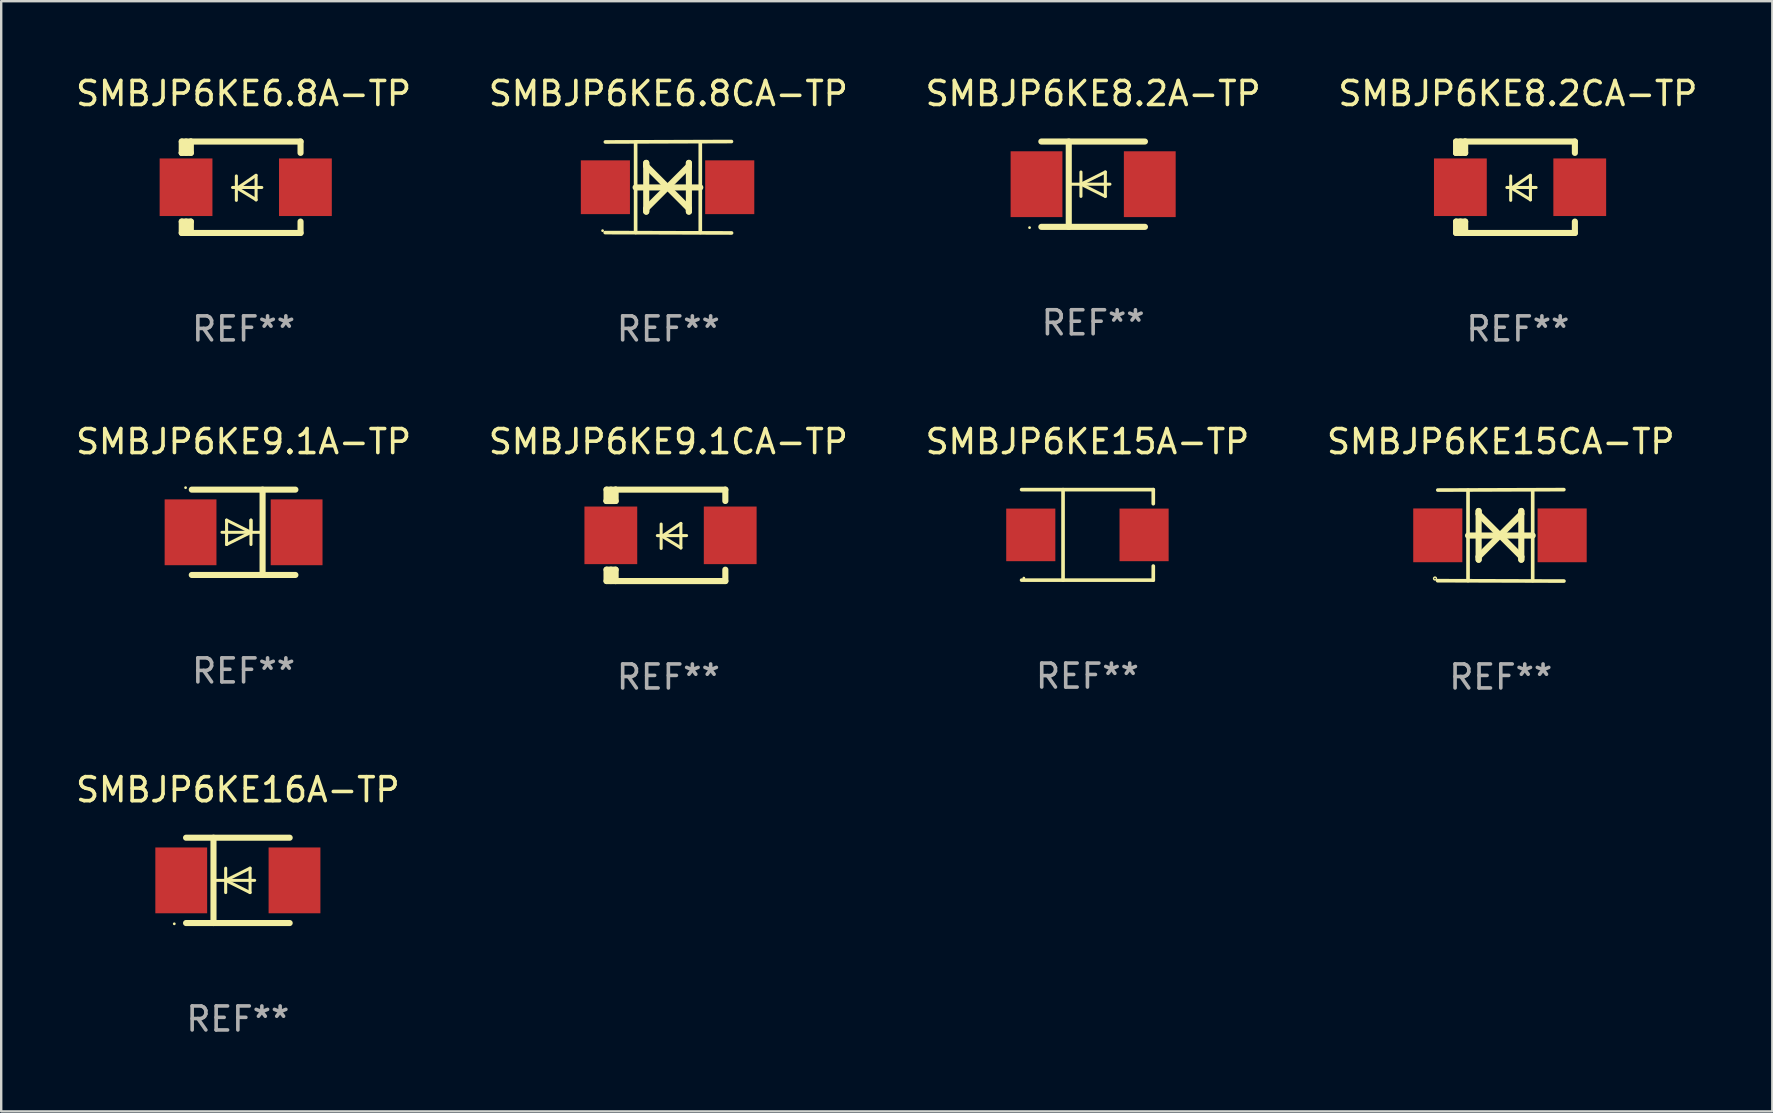
<source format=kicad_pcb>
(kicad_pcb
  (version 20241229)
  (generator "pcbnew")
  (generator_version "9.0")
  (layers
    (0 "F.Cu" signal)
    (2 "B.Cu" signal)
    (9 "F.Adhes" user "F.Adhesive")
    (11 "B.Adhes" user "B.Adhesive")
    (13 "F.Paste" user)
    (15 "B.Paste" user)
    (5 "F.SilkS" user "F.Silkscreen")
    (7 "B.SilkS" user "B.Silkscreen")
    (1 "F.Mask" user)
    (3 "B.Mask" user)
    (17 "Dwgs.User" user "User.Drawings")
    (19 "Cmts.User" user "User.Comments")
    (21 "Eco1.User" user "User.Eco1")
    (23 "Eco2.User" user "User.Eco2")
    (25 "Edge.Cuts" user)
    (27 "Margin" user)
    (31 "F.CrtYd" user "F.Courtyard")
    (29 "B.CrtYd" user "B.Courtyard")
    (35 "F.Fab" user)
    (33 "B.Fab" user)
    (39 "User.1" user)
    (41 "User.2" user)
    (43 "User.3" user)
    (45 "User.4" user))
  (footprint "SMBJP6KE6.8A-TP"
    (layer "F.Cu")
    (at 7.101 4.753)
    (property "Reference" "SMBJP6KE6.8A-TP" (at 0 -3.905 0) (layer "F.SilkS") (effects (font (size 1 1) (thickness 0.15))))
    (attr through_hole)
    (fp_line (start -2.577 -1.905) (end -2.577 -1.431) (stroke (width 0.254) (type solid)) (layer "F.SilkS"))
    (fp_line (start -2.577 1.431) (end -2.577 1.905) (stroke (width 0.254) (type solid)) (layer "F.SilkS"))
    (fp_line (start -2.577 1.431) (end -2.198 1.431) (stroke (width 0.254) (type solid)) (layer "F.SilkS"))
    (fp_line (start -2.577 1.905) (end -2.198 1.905) (stroke (width 0.254) (type solid)) (layer "F.SilkS"))
    (fp_line (start -2.577 -1.431) (end -2.577 -1.431) (stroke (width 0.254) (type solid)) (layer "F.SilkS"))
    (fp_line (start -2.395 -1.431) (end -2.395 -1.905) (stroke (width 0.254) (type solid)) (layer "F.SilkS"))
    (fp_line (start -2.395 1.905) (end -2.395 1.431) (stroke (width 0.254) (type solid)) (layer "F.SilkS"))
    (fp_line (start -2.198 -1.905) (end -2.577 -1.905) (stroke (width 0.254) (type solid)) (layer "F.SilkS"))
    (fp_line (start -2.198 -1.905) (end 2.374 -1.905) (stroke (width 0.254) (type solid)) (layer "F.SilkS"))
    (fp_line (start -2.198 -1.431) (end -2.577 -1.431) (stroke (width 0.254) (type solid)) (layer "F.SilkS"))
    (fp_line (start -2.198 -1.431) (end -2.198 -1.905) (stroke (width 0.254) (type solid)) (layer "F.SilkS"))
    (fp_line (start -2.198 1.905) (end -2.198 1.431) (stroke (width 0.254) (type solid)) (layer "F.SilkS"))
    (fp_line (start -0.46 0.01) (end 0.759 0.01) (stroke (width 0.127) (type solid)) (layer "F.SilkS"))
    (fp_line (start -0.301 -0.47) (end -0.301 0.546) (stroke (width 0.127) (type solid)) (layer "F.SilkS"))
    (fp_line (start -0.262 0.04) (end 0.521 0.52) (stroke (width 0.127) (type solid)) (layer "F.SilkS"))
    (fp_line (start 0.521 -0.5) (end -0.262 0.04) (stroke (width 0.127) (type solid)) (layer "F.SilkS"))
    (fp_line (start 0.521 0.53) (end 0.521 -0.486) (stroke (width 0.127) (type solid)) (layer "F.SilkS"))
    (fp_line (start 2.374 -1.905) (end 2.374 -1.431) (stroke (width 0.254) (type solid)) (layer "F.SilkS"))
    (fp_line (start 2.374 1.431) (end 2.374 1.905) (stroke (width 0.254) (type solid)) (layer "F.SilkS"))
    (fp_line (start 2.374 1.905) (end -2.198 1.905) (stroke (width 0.254) (type solid)) (layer "F.SilkS"))
    (fp_circle (center -2.561 1.8) (end -2.531 1.8) (stroke (width 0.06) (type solid)) (fill no) (layer "F.SilkS"))
    (fp_text user "REF**" (at 0 5.905 0) (layer "F.Fab") (effects (font (size 1 1) (thickness 0.15))))
    (pad "1" smd rect (at -2.398 -0.000025) (size 2.2 2.4) (layers "F.Cu" "F.Mask" "F.Paste"))
    (pad "2" smd rect (at 2.577 -0.000025) (size 2.2 2.4) (layers "F.Cu" "F.Mask" "F.Paste")))
  (footprint "SMBJP6KE8.2CA-TP"
    (layer "F.Cu")
    (at 60.208 4.753)
    (property "Reference" "SMBJP6KE8.2CA-TP" (at 0 -3.905 0) (layer "F.SilkS") (effects (font (size 1 1) (thickness 0.15))))
    (attr through_hole)
    (fp_line (start -2.577 -1.905) (end -2.577 -1.431) (stroke (width 0.254) (type solid)) (layer "F.SilkS"))
    (fp_line (start -2.577 1.431) (end -2.577 1.905) (stroke (width 0.254) (type solid)) (layer "F.SilkS"))
    (fp_line (start -2.577 1.431) (end -2.198 1.431) (stroke (width 0.254) (type solid)) (layer "F.SilkS"))
    (fp_line (start -2.577 1.905) (end -2.198 1.905) (stroke (width 0.254) (type solid)) (layer "F.SilkS"))
    (fp_line (start -2.577 -1.431) (end -2.577 -1.431) (stroke (width 0.254) (type solid)) (layer "F.SilkS"))
    (fp_line (start -2.395 -1.431) (end -2.395 -1.905) (stroke (width 0.254) (type solid)) (layer "F.SilkS"))
    (fp_line (start -2.395 1.905) (end -2.395 1.431) (stroke (width 0.254) (type solid)) (layer "F.SilkS"))
    (fp_line (start -2.198 -1.905) (end -2.577 -1.905) (stroke (width 0.254) (type solid)) (layer "F.SilkS"))
    (fp_line (start -2.198 -1.905) (end 2.374 -1.905) (stroke (width 0.254) (type solid)) (layer "F.SilkS"))
    (fp_line (start -2.198 -1.431) (end -2.577 -1.431) (stroke (width 0.254) (type solid)) (layer "F.SilkS"))
    (fp_line (start -2.198 -1.431) (end -2.198 -1.905) (stroke (width 0.254) (type solid)) (layer "F.SilkS"))
    (fp_line (start -2.198 1.905) (end -2.198 1.431) (stroke (width 0.254) (type solid)) (layer "F.SilkS"))
    (fp_line (start -0.46 0.01) (end 0.759 0.01) (stroke (width 0.127) (type solid)) (layer "F.SilkS"))
    (fp_line (start -0.301 -0.47) (end -0.301 0.546) (stroke (width 0.127) (type solid)) (layer "F.SilkS"))
    (fp_line (start -0.262 0.04) (end 0.521 0.52) (stroke (width 0.127) (type solid)) (layer "F.SilkS"))
    (fp_line (start 0.521 -0.5) (end -0.262 0.04) (stroke (width 0.127) (type solid)) (layer "F.SilkS"))
    (fp_line (start 0.521 0.53) (end 0.521 -0.486) (stroke (width 0.127) (type solid)) (layer "F.SilkS"))
    (fp_line (start 2.374 -1.905) (end 2.374 -1.431) (stroke (width 0.254) (type solid)) (layer "F.SilkS"))
    (fp_line (start 2.374 1.431) (end 2.374 1.905) (stroke (width 0.254) (type solid)) (layer "F.SilkS"))
    (fp_line (start 2.374 1.905) (end -2.198 1.905) (stroke (width 0.254) (type solid)) (layer "F.SilkS"))
    (fp_circle (center -2.561 1.8) (end -2.531 1.8) (stroke (width 0.06) (type solid)) (fill no) (layer "F.SilkS"))
    (fp_text user "REF**" (at 0 5.905 0) (layer "F.Fab") (effects (font (size 1 1) (thickness 0.15))))
    (pad "1" smd rect (at -2.398 -0.000025) (size 2.2 2.4) (layers "F.Cu" "F.Mask" "F.Paste"))
    (pad "2" smd rect (at 2.577 -0.000025) (size 2.2 2.4) (layers "F.Cu" "F.Mask" "F.Paste")))
  (footprint "SMBJP6KE8.2A-TP"
    (layer "F.Cu")
    (at 42.506 4.626)
    (property "Reference" "SMBJP6KE8.2A-TP" (at 0 -3.778 0) (layer "F.SilkS") (effects (font (size 1 1) (thickness 0.15))))
    (attr through_hole)
    (fp_line (start -2.159 -1.778) (end 2.159 -1.778) (stroke (width 0.254) (type solid)) (layer "F.SilkS"))
    (fp_line (start -1.016 -1.778) (end -1.016 1.778) (stroke (width 0.254) (type solid)) (layer "F.SilkS"))
    (fp_line (start -0.508 -0.000064) (end 0.508 0.508) (stroke (width 0.127) (type solid)) (layer "F.SilkS"))
    (fp_line (start -0.508 0.508) (end -0.508 -0.508) (stroke (width 0.127) (type solid)) (layer "F.SilkS"))
    (fp_line (start 0.508 -0.508) (end -0.508 -0.000064) (stroke (width 0.127) (type solid)) (layer "F.SilkS"))
    (fp_line (start 0.508 0.508) (end 0.508 -0.508) (stroke (width 0.127) (type solid)) (layer "F.SilkS"))
    (fp_line (start 0.7 -0.000064) (end -1.016 -0.000064) (stroke (width 0.127) (type solid)) (layer "F.SilkS"))
    (fp_line (start 2.159 1.778) (end -2.159 1.778) (stroke (width 0.254) (type solid)) (layer "F.SilkS"))
    (fp_circle (center -2.65 1.81) (end -2.62 1.81) (stroke (width 0.06) (type solid)) (fill no) (layer "F.SilkS"))
    (fp_text user "REF**" (at 0 5.778 0) (layer "F.Fab") (effects (font (size 1 1) (thickness 0.15))))
    (pad "1" smd rect (at -2.36 0.000038) (size 2.159 2.743) (layers "F.Cu" "F.Mask" "F.Paste"))
    (pad "2" smd rect (at 2.36 0.000038) (size 2.159 2.743) (layers "F.Cu" "F.Mask" "F.Paste")))
  (footprint "SMBJP6KE9.1CA-TP"
    (layer "F.Cu")
    (at 24.804 19.26)
    (property "Reference" "SMBJP6KE9.1CA-TP" (at 0 -3.905 0) (layer "F.SilkS") (effects (font (size 1 1) (thickness 0.15))))
    (attr through_hole)
    (fp_line (start -2.577 -1.905) (end -2.577 -1.431) (stroke (width 0.254) (type solid)) (layer "F.SilkS"))
    (fp_line (start -2.577 1.431) (end -2.577 1.905) (stroke (width 0.254) (type solid)) (layer "F.SilkS"))
    (fp_line (start -2.577 1.431) (end -2.198 1.431) (stroke (width 0.254) (type solid)) (layer "F.SilkS"))
    (fp_line (start -2.577 1.905) (end -2.198 1.905) (stroke (width 0.254) (type solid)) (layer "F.SilkS"))
    (fp_line (start -2.577 -1.431) (end -2.577 -1.431) (stroke (width 0.254) (type solid)) (layer "F.SilkS"))
    (fp_line (start -2.395 -1.431) (end -2.395 -1.905) (stroke (width 0.254) (type solid)) (layer "F.SilkS"))
    (fp_line (start -2.395 1.905) (end -2.395 1.431) (stroke (width 0.254) (type solid)) (layer "F.SilkS"))
    (fp_line (start -2.198 -1.905) (end -2.577 -1.905) (stroke (width 0.254) (type solid)) (layer "F.SilkS"))
    (fp_line (start -2.198 -1.905) (end 2.374 -1.905) (stroke (width 0.254) (type solid)) (layer "F.SilkS"))
    (fp_line (start -2.198 -1.431) (end -2.577 -1.431) (stroke (width 0.254) (type solid)) (layer "F.SilkS"))
    (fp_line (start -2.198 -1.431) (end -2.198 -1.905) (stroke (width 0.254) (type solid)) (layer "F.SilkS"))
    (fp_line (start -2.198 1.905) (end -2.198 1.431) (stroke (width 0.254) (type solid)) (layer "F.SilkS"))
    (fp_line (start -0.46 0.01) (end 0.759 0.01) (stroke (width 0.127) (type solid)) (layer "F.SilkS"))
    (fp_line (start -0.301 -0.47) (end -0.301 0.546) (stroke (width 0.127) (type solid)) (layer "F.SilkS"))
    (fp_line (start -0.262 0.04) (end 0.521 0.52) (stroke (width 0.127) (type solid)) (layer "F.SilkS"))
    (fp_line (start 0.521 -0.5) (end -0.262 0.04) (stroke (width 0.127) (type solid)) (layer "F.SilkS"))
    (fp_line (start 0.521 0.53) (end 0.521 -0.486) (stroke (width 0.127) (type solid)) (layer "F.SilkS"))
    (fp_line (start 2.374 -1.905) (end 2.374 -1.431) (stroke (width 0.254) (type solid)) (layer "F.SilkS"))
    (fp_line (start 2.374 1.431) (end 2.374 1.905) (stroke (width 0.254) (type solid)) (layer "F.SilkS"))
    (fp_line (start 2.374 1.905) (end -2.198 1.905) (stroke (width 0.254) (type solid)) (layer "F.SilkS"))
    (fp_circle (center -2.561 1.8) (end -2.531 1.8) (stroke (width 0.06) (type solid)) (fill no) (layer "F.SilkS"))
    (fp_text user "REF**" (at 0 5.905 0) (layer "F.Fab") (effects (font (size 1 1) (thickness 0.15))))
    (pad "1" smd rect (at -2.398 -0.000025) (size 2.2 2.4) (layers "F.Cu" "F.Mask" "F.Paste"))
    (pad "2" smd rect (at 2.577 -0.000025) (size 2.2 2.4) (layers "F.Cu" "F.Mask" "F.Paste")))
  (footprint "SMBJP6KE6.8CA-TP"
    (layer "F.Cu")
    (at 24.804 4.753)
    (property "Reference" "SMBJP6KE6.8CA-TP" (at 0 -3.905 0) (layer "F.SilkS") (effects (font (size 1 1) (thickness 0.15))))
    (attr through_hole)
    (fp_line (start -1.365 1.886) (end -1.365 -1.886) (stroke (width 0.152) (type solid)) (layer "F.SilkS"))
    (fp_line (start -1.365 0.008) (end 1.33 0.008) (stroke (width 0.254) (type solid)) (layer "F.SilkS"))
    (fp_line (start -0.923 -1.016) (end -0.923 1.016) (stroke (width 0.254) (type solid)) (layer "F.SilkS"))
    (fp_line (start -0.923 -0.889) (end -0.923 -1.016) (stroke (width 0.254) (type solid)) (layer "F.SilkS"))
    (fp_line (start -0.923 0.889) (end -0.034 0) (stroke (width 0.254) (type solid)) (layer "F.SilkS"))
    (fp_line (start -0.923 1.016) (end -0.923 0.889) (stroke (width 0.254) (type solid)) (layer "F.SilkS"))
    (fp_line (start -0.034 0) (end -0.923 -0.889) (stroke (width 0.254) (type solid)) (layer "F.SilkS"))
    (fp_line (start -0.034 0) (end 0.855 0.889) (stroke (width 0.254) (type solid)) (layer "F.SilkS"))
    (fp_line (start 0.855 -1.016) (end 0.855 -0.889) (stroke (width 0.254) (type solid)) (layer "F.SilkS"))
    (fp_line (start 0.855 -0.889) (end -0.034 0) (stroke (width 0.254) (type solid)) (layer "F.SilkS"))
    (fp_line (start 0.855 0.889) (end 0.855 1.016) (stroke (width 0.254) (type solid)) (layer "F.SilkS"))
    (fp_line (start 0.855 1.016) (end 0.855 -1.016) (stroke (width 0.254) (type solid)) (layer "F.SilkS"))
    (fp_line (start 1.33 1.886) (end 1.33 -1.886) (stroke (width 0.152) (type solid)) (layer "F.SilkS"))
    (fp_line (start 2.629 -1.905) (end -2.625 -1.887) (stroke (width 0.152) (type solid)) (layer "F.SilkS"))
    (fp_line (start 2.633 1.905) (end -2.633 1.89) (stroke (width 0.152) (type solid)) (layer "F.SilkS"))
    (fp_circle (center -2.741 1.81) (end -2.711 1.81) (stroke (width 0.06) (type solid)) (fill no) (layer "F.SilkS"))
    (fp_text user "REF**" (at 0 5.905 0) (layer "F.Fab") (effects (font (size 1 1) (thickness 0.15))))
    (pad "1" smd rect (at -2.625 0) (size 2.047 2.241) (layers "F.Cu" "F.Mask" "F.Paste"))
    (pad "2" smd rect (at 2.557 0) (size 2.047 2.241) (layers "F.Cu" "F.Mask" "F.Paste")))
  (footprint "SMBJP6KE9.1A-TP"
    (layer "F.Cu")
    (at 7.101 19.133)
    (property "Reference" "SMBJP6KE9.1A-TP" (at 0 -3.778 0) (layer "F.SilkS") (effects (font (size 1 1) (thickness 0.15))))
    (attr through_hole)
    (fp_line (start -2.159 -1.778) (end 2.159 -1.778) (stroke (width 0.254) (type solid)) (layer "F.SilkS"))
    (fp_line (start -0.9 0) (end 0.816 0) (stroke (width 0.127) (type solid)) (layer "F.SilkS"))
    (fp_line (start -0.708 -0.508) (end -0.708 0.508) (stroke (width 0.127) (type solid)) (layer "F.SilkS"))
    (fp_line (start -0.708 0.508) (end 0.308 0) (stroke (width 0.127) (type solid)) (layer "F.SilkS"))
    (fp_line (start 0.308 -0.508) (end 0.308 0.508) (stroke (width 0.127) (type solid)) (layer "F.SilkS"))
    (fp_line (start 0.308 0) (end -0.708 -0.508) (stroke (width 0.127) (type solid)) (layer "F.SilkS"))
    (fp_line (start 0.308 0) (end 0.308 -0.508) (stroke (width 0.127) (type solid)) (layer "F.SilkS"))
    (fp_line (start 0.792 -1.778) (end 0.792 1.778) (stroke (width 0.254) (type solid)) (layer "F.SilkS"))
    (fp_line (start 2.159 1.778) (end -2.159 1.778) (stroke (width 0.254) (type solid)) (layer "F.SilkS"))
    (fp_circle (center -2.417 -1.859) (end -2.387 -1.859) (stroke (width 0.06) (type solid)) (fill no) (layer "F.SilkS"))
    (fp_text user "REF**" (at 0 5.778 0) (layer "F.Fab") (effects (font (size 1 1) (thickness 0.15))))
    (pad "1" smd rect (at -2.21 0) (size 2.159 2.743) (layers "F.Cu" "F.Mask" "F.Paste"))
    (pad "2" smd rect (at 2.21 0) (size 2.159 2.743) (layers "F.Cu" "F.Mask" "F.Paste")))
  (footprint "SMBJP6KE15CA-TP"
    (layer "F.Cu")
    (at 59.494 19.26)
    (property "Reference" "SMBJP6KE15CA-TP" (at 0 -3.905 0) (layer "F.SilkS") (effects (font (size 1 1) (thickness 0.15))))
    (attr through_hole)
    (fp_line (start -1.365 1.886) (end -1.365 -1.886) (stroke (width 0.152) (type solid)) (layer "F.SilkS"))
    (fp_line (start -1.365 0.008) (end 1.33 0.008) (stroke (width 0.254) (type solid)) (layer "F.SilkS"))
    (fp_line (start -0.923 -1.016) (end -0.923 1.016) (stroke (width 0.254) (type solid)) (layer "F.SilkS"))
    (fp_line (start -0.923 -0.889) (end -0.923 -1.016) (stroke (width 0.254) (type solid)) (layer "F.SilkS"))
    (fp_line (start -0.923 0.889) (end -0.034 0) (stroke (width 0.254) (type solid)) (layer "F.SilkS"))
    (fp_line (start -0.923 1.016) (end -0.923 0.889) (stroke (width 0.254) (type solid)) (layer "F.SilkS"))
    (fp_line (start -0.034 0) (end -0.923 -0.889) (stroke (width 0.254) (type solid)) (layer "F.SilkS"))
    (fp_line (start -0.034 0) (end 0.855 0.889) (stroke (width 0.254) (type solid)) (layer "F.SilkS"))
    (fp_line (start 0.855 -1.016) (end 0.855 -0.889) (stroke (width 0.254) (type solid)) (layer "F.SilkS"))
    (fp_line (start 0.855 -0.889) (end -0.034 0) (stroke (width 0.254) (type solid)) (layer "F.SilkS"))
    (fp_line (start 0.855 0.889) (end 0.855 1.016) (stroke (width 0.254) (type solid)) (layer "F.SilkS"))
    (fp_line (start 0.855 1.016) (end 0.855 -1.016) (stroke (width 0.254) (type solid)) (layer "F.SilkS"))
    (fp_line (start 1.33 1.886) (end 1.33 -1.886) (stroke (width 0.152) (type solid)) (layer "F.SilkS"))
    (fp_line (start 2.629 -1.905) (end -2.625 -1.887) (stroke (width 0.152) (type solid)) (layer "F.SilkS"))
    (fp_line (start 2.633 1.905) (end -2.633 1.89) (stroke (width 0.152) (type solid)) (layer "F.SilkS"))
    (fp_circle (center -2.741 1.8) (end -2.712 1.8) (stroke (width 0.06) (type solid)) (fill no) (layer "F.SilkS"))
    (fp_text user "REF**" (at 0 5.905 0) (layer "F.Fab") (effects (font (size 1 1) (thickness 0.15))))
    (pad "1" smd rect (at -2.625 0) (size 2.047 2.241) (layers "F.Cu" "F.Mask" "F.Paste"))
    (pad "2" smd rect (at 2.557 0) (size 2.047 2.241) (layers "F.Cu" "F.Mask" "F.Paste")))
  (footprint "SMBJP6KE16A-TP"
    (layer "F.Cu")
    (at 6.863 33.639)
    (property "Reference" "SMBJP6KE16A-TP" (at 0 -3.778 0) (layer "F.SilkS") (effects (font (size 1 1) (thickness 0.15))))
    (attr through_hole)
    (fp_line (start -2.159 -1.778) (end 2.159 -1.778) (stroke (width 0.254) (type solid)) (layer "F.SilkS"))
    (fp_line (start -1.016 -1.778) (end -1.016 1.778) (stroke (width 0.254) (type solid)) (layer "F.SilkS"))
    (fp_line (start -0.508 -0.000064) (end 0.508 0.508) (stroke (width 0.127) (type solid)) (layer "F.SilkS"))
    (fp_line (start -0.508 0.508) (end -0.508 -0.508) (stroke (width 0.127) (type solid)) (layer "F.SilkS"))
    (fp_line (start 0.508 -0.508) (end -0.508 -0.000064) (stroke (width 0.127) (type solid)) (layer "F.SilkS"))
    (fp_line (start 0.508 0.508) (end 0.508 -0.508) (stroke (width 0.127) (type solid)) (layer "F.SilkS"))
    (fp_line (start 0.7 -0.000064) (end -1.016 -0.000064) (stroke (width 0.127) (type solid)) (layer "F.SilkS"))
    (fp_line (start 2.159 1.778) (end -2.159 1.778) (stroke (width 0.254) (type solid)) (layer "F.SilkS"))
    (fp_circle (center -2.65 1.81) (end -2.62 1.81) (stroke (width 0.06) (type solid)) (fill no) (layer "F.SilkS"))
    (fp_text user "REF**" (at 0 5.778 0) (layer "F.Fab") (effects (font (size 1 1) (thickness 0.15))))
    (pad "1" smd rect (at -2.36 0.000038) (size 2.159 2.743) (layers "F.Cu" "F.Mask" "F.Paste"))
    (pad "2" smd rect (at 2.36 0.000038) (size 2.159 2.743) (layers "F.Cu" "F.Mask" "F.Paste")))
  (footprint "SMBJP6KE15A-TP"
    (layer "F.Cu")
    (at 42.268 19.241)
    (property "Reference" "SMBJP6KE15A-TP" (at 0 -3.886 0) (layer "F.SilkS") (effects (font (size 1 1) (thickness 0.15))))
    (attr through_hole)
    (fp_line (start -2.744 -1.886) (end 2.744 -1.886) (stroke (width 0.152) (type solid)) (layer "F.SilkS"))
    (fp_line (start -2.744 1.886) (end 2.744 1.886) (stroke (width 0.152) (type solid)) (layer "F.SilkS"))
    (fp_line (start -1.016 -1.886) (end -1.016 1.886) (stroke (width 0.152) (type solid)) (layer "F.SilkS"))
    (fp_line (start 2.744 -1.886) (end 2.744 -1.299) (stroke (width 0.152) (type solid)) (layer "F.SilkS"))
    (fp_line (start 2.744 1.886) (end 2.744 1.299) (stroke (width 0.152) (type solid)) (layer "F.SilkS"))
    (fp_circle (center -2.65 1.8) (end -2.62 1.8) (stroke (width 0.06) (type solid)) (fill no) (layer "F.SilkS"))
    (fp_text user "REF**" (at 0 5.886 0) (layer "F.Fab") (effects (font (size 1 1) (thickness 0.15))))
    (pad "1" smd rect (at -2.361 0) (size 2.047 2.192) (layers "F.Cu" "F.Mask" "F.Paste"))
    (pad "2" smd rect (at 2.361 0) (size 2.047 2.192) (layers "F.Cu" "F.Mask" "F.Paste")))
  (gr_rect
    (start -3 -3)
    (end 70.81 43.266)
    (stroke (width 0.1) (type default))
    (fill no)
    (layer "Edge.Cuts")))
</source>
